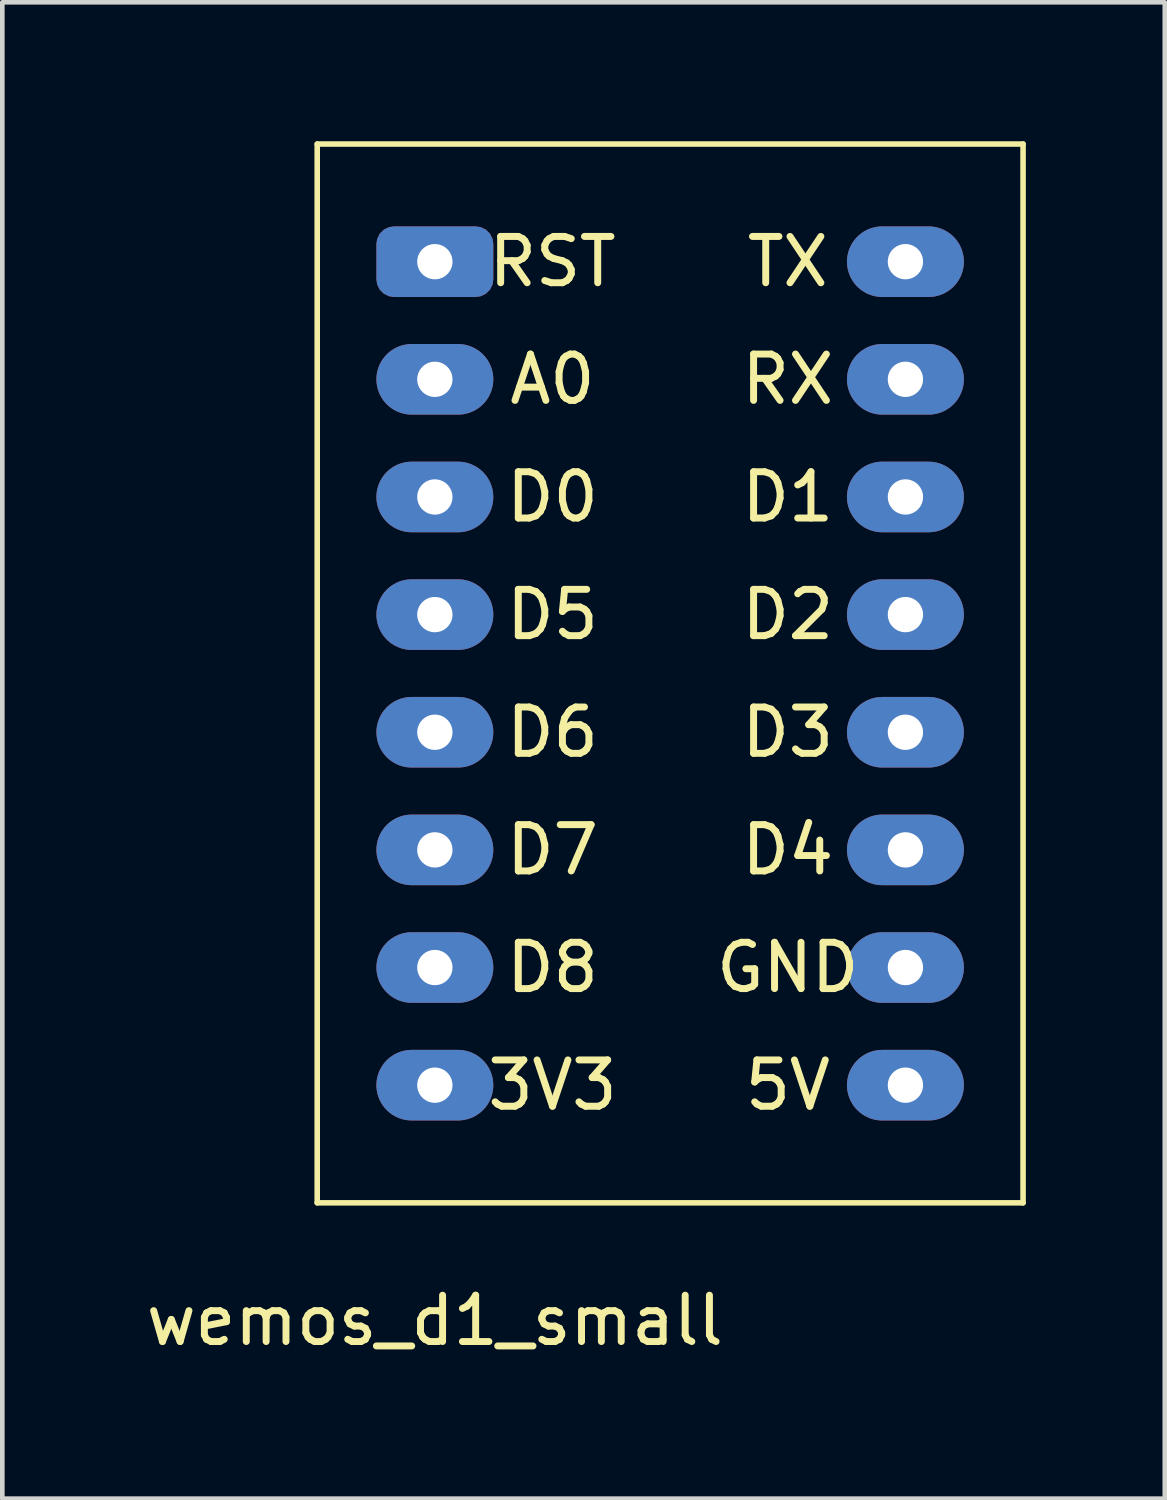
<source format=kicad_pcb>
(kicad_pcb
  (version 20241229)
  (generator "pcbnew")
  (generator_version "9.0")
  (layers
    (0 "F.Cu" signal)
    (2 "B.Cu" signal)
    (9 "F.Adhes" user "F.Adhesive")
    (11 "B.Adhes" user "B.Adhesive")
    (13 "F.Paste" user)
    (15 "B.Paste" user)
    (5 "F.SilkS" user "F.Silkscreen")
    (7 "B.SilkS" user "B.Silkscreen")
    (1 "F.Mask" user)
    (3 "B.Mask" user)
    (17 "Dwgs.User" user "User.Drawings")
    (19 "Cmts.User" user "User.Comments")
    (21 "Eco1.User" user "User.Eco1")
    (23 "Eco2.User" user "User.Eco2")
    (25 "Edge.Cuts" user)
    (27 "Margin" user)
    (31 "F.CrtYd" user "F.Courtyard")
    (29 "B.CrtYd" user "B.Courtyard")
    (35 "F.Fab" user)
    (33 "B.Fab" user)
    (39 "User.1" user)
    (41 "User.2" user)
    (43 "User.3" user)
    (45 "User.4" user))
  (footprint "wemos_d1_small"
    (layer "F.Cu")
    (at 6.339 2.6)
    (property "Reference" "wemos_d1_small" (at 0 22.86 0) (layer "F.SilkS") (effects (font (size 1 1) (thickness 0.15))))
    (attr through_hole)
    (fp_line (start -2.54 -2.54) (end 12.7 -2.54) (stroke (width 0.12) (type solid)) (layer "F.SilkS"))
    (fp_line (start -2.54 20.32) (end -2.54 -2.54) (stroke (width 0.12) (type solid)) (layer "F.SilkS"))
    (fp_line (start 12.7 -2.54) (end 12.7 20.32) (stroke (width 0.12) (type solid)) (layer "F.SilkS"))
    (fp_line (start 12.7 20.32) (end -2.54 20.32) (stroke (width 0.12) (type solid)) (layer "F.SilkS"))
    (fp_text user "D2" (at 7.62 7.62 0) (layer "F.SilkS") (effects (font (size 1 1) (thickness 0.15))))
    (fp_text user "GND" (at 7.62 15.24 0) (layer "F.SilkS") (effects (font (size 1 1) (thickness 0.15))))
    (fp_text user "D0" (at 2.54 5.08 0) (layer "F.SilkS") (effects (font (size 1 1) (thickness 0.15))))
    (fp_text user "TX" (at 7.62 0 0) (layer "F.SilkS") (effects (font (size 1 1) (thickness 0.15))))
    (fp_text user "D6" (at 2.54 10.16 0) (layer "F.SilkS") (effects (font (size 1 1) (thickness 0.15))))
    (fp_text user "RX" (at 7.62 2.54 0) (layer "F.SilkS") (effects (font (size 1 1) (thickness 0.15))))
    (fp_text user "D8" (at 2.54 15.24 0) (layer "F.SilkS") (effects (font (size 1 1) (thickness 0.15))))
    (fp_text user "D5" (at 2.54 7.62 0) (layer "F.SilkS") (effects (font (size 1 1) (thickness 0.15))))
    (fp_text user "D7" (at 2.54 12.7 0) (layer "F.SilkS") (effects (font (size 1 1) (thickness 0.15))))
    (fp_text user "D3" (at 7.62 10.16 0) (layer "F.SilkS") (effects (font (size 1 1) (thickness 0.15))))
    (fp_text user "D1" (at 7.62 5.08 0) (layer "F.SilkS") (effects (font (size 1 1) (thickness 0.15))))
    (fp_text user "3V3" (at 2.54 17.78 0) (layer "F.SilkS") (effects (font (size 1 1) (thickness 0.15))))
    (fp_text user "D4" (at 7.62 12.7 0) (layer "F.SilkS") (effects (font (size 1 1) (thickness 0.15))))
    (fp_text user "A0" (at 2.54 2.54 0) (layer "F.SilkS") (effects (font (size 1 1) (thickness 0.15))))
    (fp_text user "5V" (at 7.62 17.78 0) (layer "F.SilkS") (effects (font (size 1 1) (thickness 0.15))))
    (fp_text user "RST" (at 2.54 0 0) (layer "F.SilkS") (effects (font (size 1 1) (thickness 0.15))))
    (pad "1" thru_hole roundrect (at 0 0) (size 2.524 1.524) (drill 0.762) (layers "*.Cu" "*.Mask") (roundrect_rratio 0.25))
    (pad "2" thru_hole oval (at 0 2.54) (size 2.524 1.524) (drill 0.762) (layers "*.Cu" "*.Mask"))
    (pad "3" thru_hole oval (at 0 5.08) (size 2.524 1.524) (drill 0.762) (layers "*.Cu" "*.Mask"))
    (pad "4" thru_hole oval (at 0 7.62) (size 2.524 1.524) (drill 0.762) (layers "*.Cu" "*.Mask"))
    (pad "5" thru_hole oval (at 0 10.16) (size 2.524 1.524) (drill 0.762) (layers "*.Cu" "*.Mask"))
    (pad "6" thru_hole oval (at 0 12.7) (size 2.524 1.524) (drill 0.762) (layers "*.Cu" "*.Mask"))
    (pad "7" thru_hole oval (at 0 15.24) (size 2.524 1.524) (drill 0.762) (layers "*.Cu" "*.Mask"))
    (pad "8" thru_hole oval (at 0 17.78) (size 2.524 1.524) (drill 0.762) (layers "*.Cu" "*.Mask"))
    (pad "9" thru_hole oval (at 10.16 17.78) (size 2.524 1.524) (drill 0.762) (layers "*.Cu" "*.Mask"))
    (pad "10" thru_hole oval (at 10.16 15.24) (size 2.524 1.524) (drill 0.762) (layers "*.Cu" "*.Mask"))
    (pad "11" thru_hole oval (at 10.16 12.7) (size 2.524 1.524) (drill 0.762) (layers "*.Cu" "*.Mask"))
    (pad "12" thru_hole oval (at 10.16 10.16) (size 2.524 1.524) (drill 0.762) (layers "*.Cu" "*.Mask"))
    (pad "13" thru_hole oval (at 10.16 7.62) (size 2.524 1.524) (drill 0.762) (layers "*.Cu" "*.Mask"))
    (pad "14" thru_hole oval (at 10.16 5.08) (size 2.524 1.524) (drill 0.762) (layers "*.Cu" "*.Mask"))
    (pad "15" thru_hole oval (at 10.16 2.54) (size 2.524 1.524) (drill 0.762) (layers "*.Cu" "*.Mask"))
    (pad "16" thru_hole oval (at 10.16 0) (size 2.524 1.524) (drill 0.762) (layers "*.Cu" "*.Mask")))
  (gr_rect
    (start -3 -3)
    (end 22.099 29.308)
    (stroke (width 0.1) (type default))
    (fill no)
    (layer "Edge.Cuts")))
</source>
